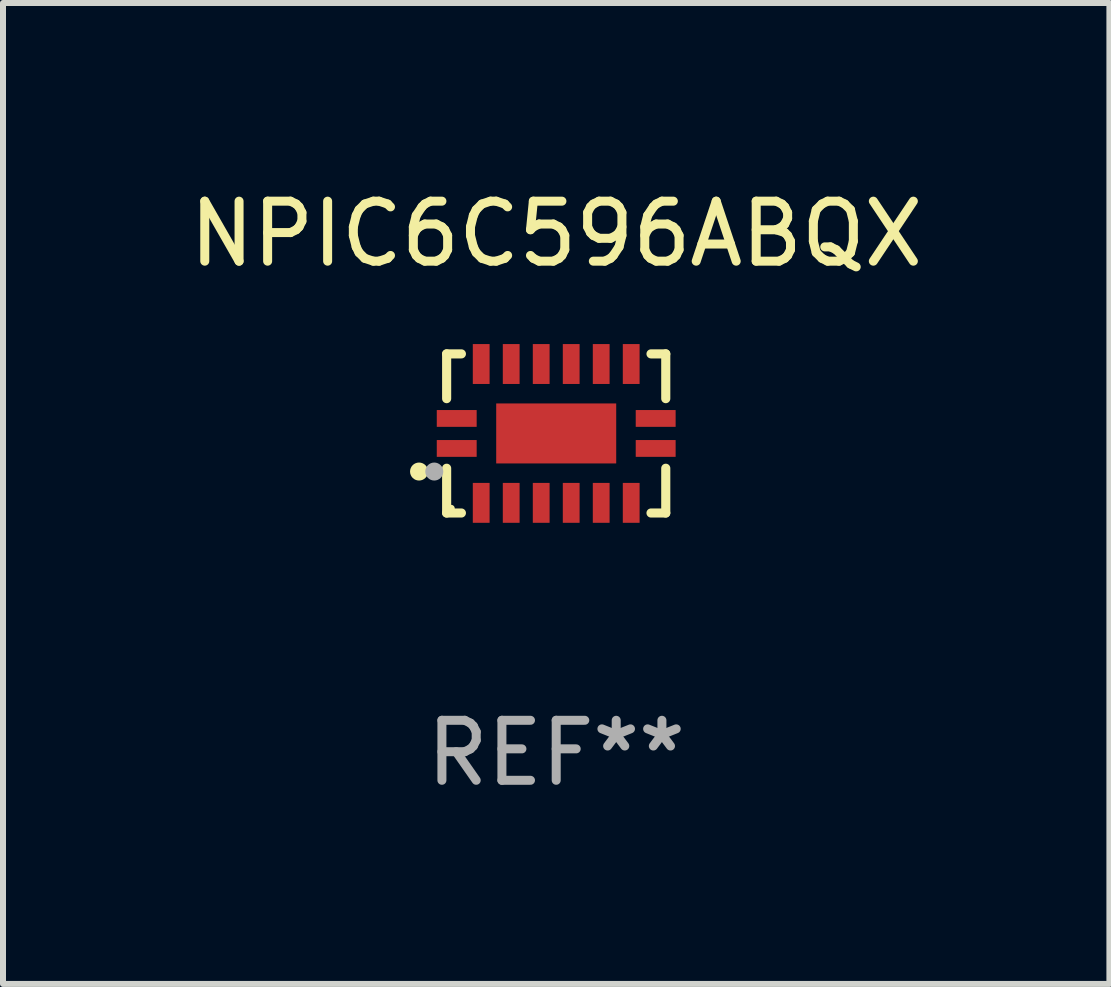
<source format=kicad_pcb>
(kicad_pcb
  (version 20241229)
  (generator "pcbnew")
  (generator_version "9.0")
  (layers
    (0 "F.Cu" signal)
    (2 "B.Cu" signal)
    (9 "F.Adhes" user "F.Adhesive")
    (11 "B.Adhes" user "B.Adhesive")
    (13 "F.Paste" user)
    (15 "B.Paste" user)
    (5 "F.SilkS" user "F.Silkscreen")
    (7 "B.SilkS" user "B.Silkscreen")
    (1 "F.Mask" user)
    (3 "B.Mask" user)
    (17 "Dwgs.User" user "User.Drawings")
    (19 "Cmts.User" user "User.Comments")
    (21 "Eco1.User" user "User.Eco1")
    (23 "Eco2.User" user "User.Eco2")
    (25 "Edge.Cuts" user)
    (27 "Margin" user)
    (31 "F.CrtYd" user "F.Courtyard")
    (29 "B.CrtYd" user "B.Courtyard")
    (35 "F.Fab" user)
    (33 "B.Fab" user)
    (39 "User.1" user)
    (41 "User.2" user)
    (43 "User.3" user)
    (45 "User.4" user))
  (footprint "NPIC6C596ABQX"
    (layer "F.Cu")
    (at 6.22 4.174)
    (property "Reference" "NPIC6C596ABQX" (at 0 -3.326 0) (layer "F.SilkS") (effects (font (size 1 1) (thickness 0.15))))
    (attr through_hole)
    (fp_line (start -1.826 -1.326) (end -1.58 -1.326) (stroke (width 0.152) (type solid)) (layer "F.SilkS"))
    (fp_line (start -1.826 -0.58) (end -1.826 -1.326) (stroke (width 0.152) (type solid)) (layer "F.SilkS"))
    (fp_line (start -1.826 0.58) (end -1.826 1.326) (stroke (width 0.152) (type solid)) (layer "F.SilkS"))
    (fp_line (start -1.826 1.326) (end -1.58 1.326) (stroke (width 0.152) (type solid)) (layer "F.SilkS"))
    (fp_line (start 1.826 -1.326) (end 1.58 -1.326) (stroke (width 0.152) (type solid)) (layer "F.SilkS"))
    (fp_line (start 1.826 -0.58) (end 1.826 -1.326) (stroke (width 0.152) (type solid)) (layer "F.SilkS"))
    (fp_line (start 1.826 0.58) (end 1.826 1.326) (stroke (width 0.152) (type solid)) (layer "F.SilkS"))
    (fp_line (start 1.826 1.326) (end 1.58 1.326) (stroke (width 0.152) (type solid)) (layer "F.SilkS"))
    (fp_circle (center -2.286 0.635) (end -2.211 0.635) (stroke (width 0.15) (type solid)) (fill no) (layer "F.SilkS"))
    (fp_circle (center -1.75 1.25) (end -1.72 1.25) (stroke (width 0.06) (type solid)) (fill no) (layer "F.SilkS"))
    (fp_circle (center -2.032 0.635) (end -1.957 0.635) (stroke (width 0.15) (type solid)) (fill no) (layer "F.Fab"))
    (fp_text user "REF**" (at 0 5.326 0) (layer "F.Fab") (effects (font (size 1 1) (thickness 0.15))))
    (pad "1" smd rect (at -1.658 0.25) (size 0.665 0.28) (layers "F.Cu" "F.Mask" "F.Paste"))
    (pad "2" smd rect (at -1.25 1.157) (size 0.28 0.665) (layers "F.Cu" "F.Mask" "F.Paste"))
    (pad "3" smd rect (at -0.75 1.157) (size 0.28 0.665) (layers "F.Cu" "F.Mask" "F.Paste"))
    (pad "4" smd rect (at -0.25 1.157) (size 0.28 0.665) (layers "F.Cu" "F.Mask" "F.Paste"))
    (pad "5" smd rect (at 0.25 1.157) (size 0.28 0.665) (layers "F.Cu" "F.Mask" "F.Paste"))
    (pad "6" smd rect (at 0.75 1.157) (size 0.28 0.665) (layers "F.Cu" "F.Mask" "F.Paste"))
    (pad "7" smd rect (at 1.25 1.157) (size 0.28 0.665) (layers "F.Cu" "F.Mask" "F.Paste"))
    (pad "8" smd rect (at 1.658 0.25) (size 0.665 0.28) (layers "F.Cu" "F.Mask" "F.Paste"))
    (pad "9" smd rect (at 1.658 -0.25) (size 0.665 0.28) (layers "F.Cu" "F.Mask" "F.Paste"))
    (pad "10" smd rect (at 1.25 -1.157) (size 0.28 0.665) (layers "F.Cu" "F.Mask" "F.Paste"))
    (pad "11" smd rect (at 0.75 -1.157) (size 0.28 0.665) (layers "F.Cu" "F.Mask" "F.Paste"))
    (pad "12" smd rect (at 0.25 -1.157) (size 0.28 0.665) (layers "F.Cu" "F.Mask" "F.Paste"))
    (pad "13" smd rect (at -0.25 -1.157) (size 0.28 0.665) (layers "F.Cu" "F.Mask" "F.Paste"))
    (pad "14" smd rect (at -0.75 -1.157) (size 0.28 0.665) (layers "F.Cu" "F.Mask" "F.Paste"))
    (pad "15" smd rect (at -1.25 -1.157) (size 0.28 0.665) (layers "F.Cu" "F.Mask" "F.Paste"))
    (pad "16" smd rect (at -1.658 -0.25) (size 0.665 0.28) (layers "F.Cu" "F.Mask" "F.Paste"))
    (pad "17" smd rect (at 0 0) (size 2 1) (layers "F.Cu" "F.Mask" "F.Paste")))
  (gr_rect
    (start -3 -3)
    (end 15.44 13.349)
    (stroke (width 0.1) (type default))
    (fill no)
    (layer "Edge.Cuts")))
</source>
